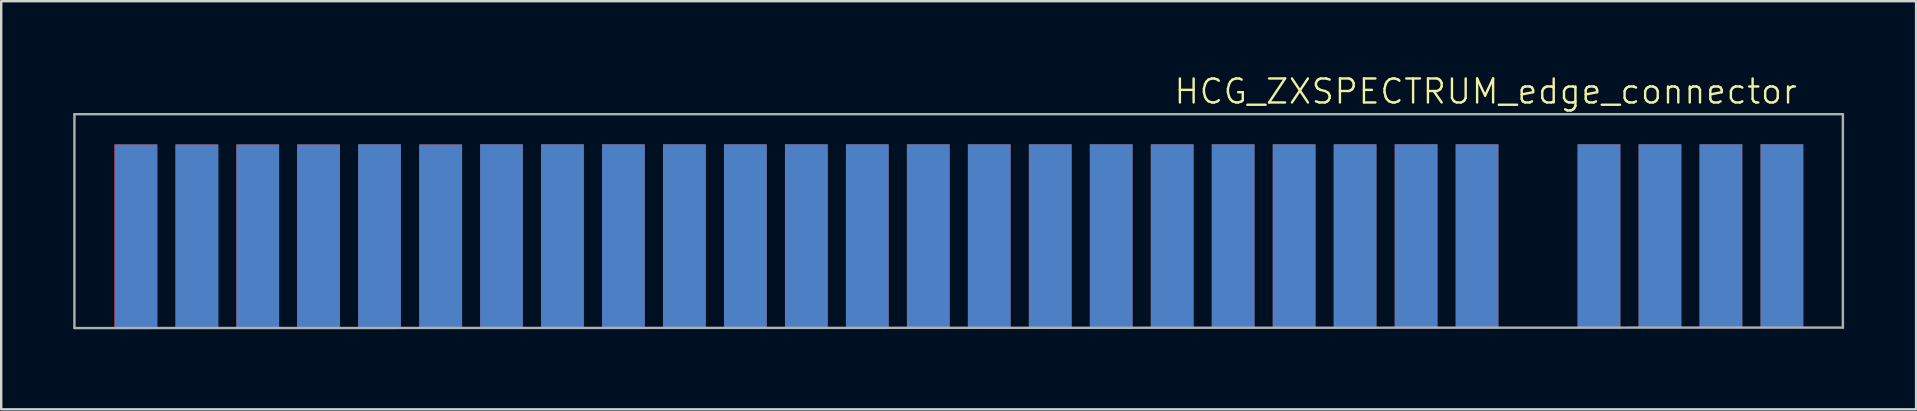
<source format=kicad_pcb>
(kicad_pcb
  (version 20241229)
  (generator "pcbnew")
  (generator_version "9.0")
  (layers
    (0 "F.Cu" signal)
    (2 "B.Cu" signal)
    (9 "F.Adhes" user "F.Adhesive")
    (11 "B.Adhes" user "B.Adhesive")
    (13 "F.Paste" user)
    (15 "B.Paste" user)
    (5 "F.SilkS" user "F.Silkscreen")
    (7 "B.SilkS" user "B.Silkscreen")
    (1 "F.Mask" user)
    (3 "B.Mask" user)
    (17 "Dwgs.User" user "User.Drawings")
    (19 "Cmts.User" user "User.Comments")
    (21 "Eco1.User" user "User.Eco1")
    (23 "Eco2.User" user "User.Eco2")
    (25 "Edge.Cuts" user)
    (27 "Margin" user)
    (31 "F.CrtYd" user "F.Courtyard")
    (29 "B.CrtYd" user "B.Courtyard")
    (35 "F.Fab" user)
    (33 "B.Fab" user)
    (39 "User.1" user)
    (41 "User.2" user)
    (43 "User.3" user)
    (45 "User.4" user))
  (footprint "HCG_ZXSPECTRUM_edge_connector"
    (layer "F.Cu")
    (at 38.17 10.751)
    (property "Reference" "HCG_ZXSPECTRUM_edge_connector" (at 20.67 -9.99 0) (unlocked yes) (layer "F.SilkS") (effects (font (size 1 1) (thickness 0.1))))
    (attr smd)
    (fp_line (start -38.12 -9.045) (end 35.55 -9.045) (stroke (width 0.1) (type solid)) (layer "F.Fab"))
    (fp_line (start -38.12 -9.04) (end -38.12 -0.15) (stroke (width 0.1) (type default)) (layer "F.Fab"))
    (fp_line (start 35.55 -9.04) (end 35.55 -0.15) (stroke (width 0.1) (type solid)) (layer "F.Fab"))
    (fp_line (start 35.55 -0.155) (end -38.12 -0.135) (stroke (width 0.1) (type solid)) (layer "F.Fab"))
    (pad "A1" connect rect (at 33.01 -3.98) (size 1.78 7.62) (layers "F.Cu" "F.Mask"))
    (pad "A2" connect rect (at 30.47 -3.98) (size 1.78 7.62) (layers "F.Cu" "F.Mask"))
    (pad "A3" connect rect (at 27.93 -3.98) (size 1.78 7.62) (layers "F.Cu" "F.Mask"))
    (pad "A4" connect rect (at 25.39 -3.98) (size 1.78 7.62) (layers "F.Cu" "F.Mask"))
    (pad "A6" connect rect (at 20.31 -3.98) (size 1.78 7.62) (layers "F.Cu" "F.Mask"))
    (pad "A7" connect rect (at 17.77 -3.98) (size 1.78 7.62) (layers "F.Cu" "F.Mask"))
    (pad "A8" connect rect (at 15.23 -3.98) (size 1.78 7.62) (layers "F.Cu" "F.Mask"))
    (pad "A9" connect rect (at 12.69 -3.98) (size 1.78 7.62) (layers "F.Cu" "F.Mask"))
    (pad "A10" connect rect (at 10.15 -3.98) (size 1.78 7.62) (layers "F.Cu" "F.Mask"))
    (pad "A11" connect rect (at 7.61 -3.98) (size 1.78 7.62) (layers "F.Cu" "F.Mask"))
    (pad "A12" connect rect (at 5.07 -3.98) (size 1.78 7.62) (layers "F.Cu" "F.Mask"))
    (pad "A13" connect rect (at 2.53 -3.98) (size 1.78 7.62) (layers "F.Cu" "F.Mask"))
    (pad "A14" connect rect (at -0.01 -3.98) (size 1.78 7.62) (layers "F.Cu" "F.Mask"))
    (pad "A15" connect rect (at -2.55 -3.98) (size 1.78 7.62) (layers "F.Cu" "F.Mask"))
    (pad "A16" connect rect (at -5.09 -3.98) (size 1.78 7.62) (layers "F.Cu" "F.Mask"))
    (pad "A17" connect rect (at -7.63 -3.98) (size 1.78 7.62) (layers "F.Cu" "F.Mask"))
    (pad "A18" connect rect (at -10.17 -3.98) (size 1.78 7.62) (layers "F.Cu" "F.Mask"))
    (pad "A19" connect rect (at -12.71 -3.98) (size 1.78 7.62) (layers "F.Cu" "F.Mask"))
    (pad "A20" connect rect (at -15.25 -3.98) (size 1.78 7.62) (layers "F.Cu" "F.Mask"))
    (pad "A21" connect rect (at -17.79 -3.98) (size 1.78 7.62) (layers "F.Cu" "F.Mask"))
    (pad "A22" connect rect (at -20.33 -3.98) (size 1.78 7.62) (layers "F.Cu" "F.Mask"))
    (pad "A23" connect rect (at -22.87 -3.98) (size 1.78 7.62) (layers "F.Cu" "F.Mask"))
    (pad "A24" connect rect (at -25.41 -3.98) (size 1.78 7.62) (layers "F.Cu" "F.Mask"))
    (pad "A25" connect rect (at -27.95 -3.98) (size 1.78 7.62) (layers "F.Cu" "F.Mask"))
    (pad "A26" connect rect (at -30.49 -3.98) (size 1.78 7.62) (layers "F.Cu" "F.Mask"))
    (pad "A27" connect rect (at -33.03 -3.98) (size 1.78 7.62) (layers "F.Cu" "F.Mask"))
    (pad "A28" connect rect (at -35.57 -3.98) (size 1.78 7.62) (layers "F.Cu" "F.Mask"))
    (pad "B1" connect rect (at 33.01 -3.98) (size 1.78 7.62) (layers "B.Cu" "B.Mask"))
    (pad "B2" connect rect (at 30.47 -3.98) (size 1.78 7.62) (layers "B.Cu" "B.Mask"))
    (pad "B3" connect rect (at 27.93 -3.98) (size 1.78 7.62) (layers "B.Cu" "B.Mask"))
    (pad "B4" connect rect (at 25.39 -3.98) (size 1.78 7.62) (layers "B.Cu" "B.Mask"))
    (pad "B6" connect rect (at 20.31 -3.98) (size 1.78 7.62) (layers "B.Cu" "B.Mask"))
    (pad "B7" connect rect (at 17.77 -3.98) (size 1.78 7.62) (layers "B.Cu" "B.Mask"))
    (pad "B8" connect rect (at 15.23 -3.98) (size 1.78 7.62) (layers "B.Cu" "B.Mask"))
    (pad "B9" connect rect (at 12.69 -3.98) (size 1.78 7.62) (layers "B.Cu" "B.Mask"))
    (pad "B10" connect rect (at 10.15 -3.98) (size 1.78 7.62) (layers "B.Cu" "B.Mask"))
    (pad "B11" connect rect (at 7.61 -3.98) (size 1.78 7.62) (layers "B.Cu" "B.Mask"))
    (pad "B12" connect rect (at 5.07 -3.98) (size 1.78 7.62) (layers "B.Cu" "B.Mask"))
    (pad "B13" connect rect (at 2.53 -3.98) (size 1.78 7.62) (layers "B.Cu" "B.Mask"))
    (pad "B14" connect rect (at -0.01 -3.98) (size 1.78 7.62) (layers "B.Cu" "B.Mask"))
    (pad "B15" connect rect (at -2.55 -3.98) (size 1.78 7.62) (layers "B.Cu" "B.Mask"))
    (pad "B16" connect rect (at -5.09 -3.98) (size 1.78 7.62) (layers "B.Cu" "B.Mask"))
    (pad "B17" connect rect (at -7.63 -3.98) (size 1.78 7.62) (layers "B.Cu" "B.Mask"))
    (pad "B18" connect rect (at -10.17 -3.98) (size 1.78 7.62) (layers "B.Cu" "B.Mask"))
    (pad "B19" connect rect (at -12.71 -3.98) (size 1.78 7.62) (layers "B.Cu" "B.Mask"))
    (pad "B20" connect rect (at -15.25 -3.98) (size 1.78 7.62) (layers "B.Cu" "B.Mask"))
    (pad "B21" connect rect (at -17.79 -3.98) (size 1.78 7.62) (layers "B.Cu" "B.Mask"))
    (pad "B22" connect rect (at -20.33 -3.98) (size 1.78 7.62) (layers "B.Cu" "B.Mask"))
    (pad "B23" connect rect (at -22.86 -3.97) (size 1.78 7.62) (layers "B.Cu" "B.Mask"))
    (pad "B24" connect rect (at -25.41 -3.98) (size 1.78 7.62) (layers "B.Cu" "B.Mask"))
    (pad "B25" connect rect (at -27.95 -3.97) (size 1.78 7.62) (layers "B.Cu" "B.Mask"))
    (pad "B26" connect rect (at -30.48 -3.97) (size 1.78 7.62) (layers "B.Cu" "B.Mask"))
    (pad "B27" connect rect (at -33.01 -3.97) (size 1.78 7.62) (layers "B.Cu" "B.Mask"))
    (pad "B28" connect rect (at -35.55 -3.97) (size 1.78 7.62) (layers "B.Cu" "B.Mask")))
  (gr_rect
    (start -3 -3)
    (end 76.77 14.001)
    (stroke (width 0.1) (type default))
    (fill no)
    (layer "Edge.Cuts")))
</source>
